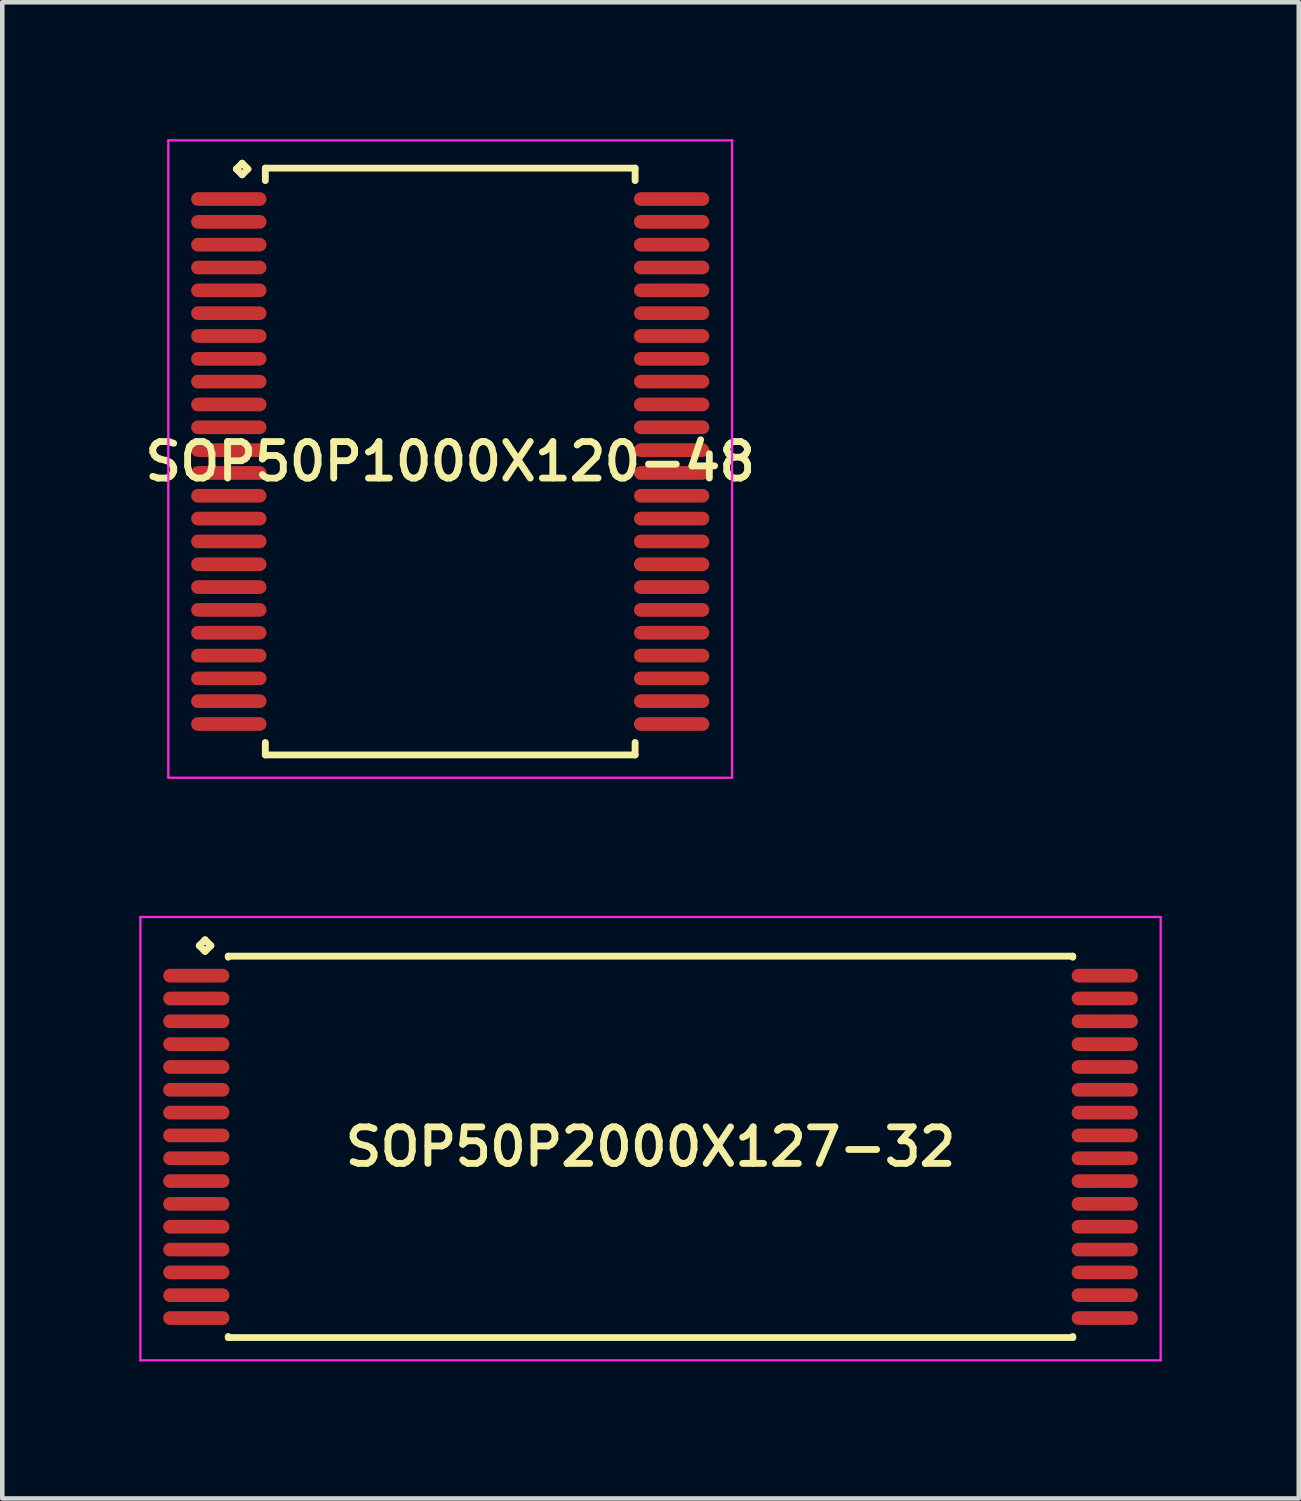
<source format=kicad_pcb>
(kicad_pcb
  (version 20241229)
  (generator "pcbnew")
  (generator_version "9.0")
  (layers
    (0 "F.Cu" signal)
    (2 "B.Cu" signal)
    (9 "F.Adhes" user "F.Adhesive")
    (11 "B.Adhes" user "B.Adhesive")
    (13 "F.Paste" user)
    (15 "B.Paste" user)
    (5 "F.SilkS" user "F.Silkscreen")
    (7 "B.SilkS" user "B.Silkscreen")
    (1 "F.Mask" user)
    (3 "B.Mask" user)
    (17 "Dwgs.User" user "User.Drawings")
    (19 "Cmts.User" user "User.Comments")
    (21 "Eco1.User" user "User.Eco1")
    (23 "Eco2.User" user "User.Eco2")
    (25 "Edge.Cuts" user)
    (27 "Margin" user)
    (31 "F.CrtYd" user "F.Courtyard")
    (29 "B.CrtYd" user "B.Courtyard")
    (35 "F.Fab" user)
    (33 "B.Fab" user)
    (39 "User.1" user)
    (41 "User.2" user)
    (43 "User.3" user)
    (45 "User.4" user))
  (footprint "SOP50P2000X127-32"
    (layer "F.Cu")
    (at 11.2 22.072)
    (property "Reference" "SOP50P2000X127-32" (at 0 0 0) (layer "F.SilkS") (effects (font (size 0.8 0.8) (thickness 0.15))))
    (attr smd)
    (fp_line (start -9.885 -4.408) (end -9.758 -4.535) (stroke (width 0.15) (type solid)) (layer "F.SilkS"))
    (fp_line (start -9.758 -4.535) (end -9.631 -4.408) (stroke (width 0.15) (type solid)) (layer "F.SilkS"))
    (fp_line (start -9.758 -4.281) (end -9.885 -4.408) (stroke (width 0.15) (type solid)) (layer "F.SilkS"))
    (fp_line (start -9.631 -4.408) (end -9.758 -4.281) (stroke (width 0.15) (type solid)) (layer "F.SilkS"))
    (fp_line (start -9.25 -4.177) (end 9.25 -4.177) (stroke (width 0.15) (type solid)) (layer "F.SilkS"))
    (fp_line (start -9.25 -4.154) (end -9.25 -4.177) (stroke (width 0.15) (type solid)) (layer "F.SilkS"))
    (fp_line (start -9.25 4.154) (end -9.25 4.177) (stroke (width 0.15) (type solid)) (layer "F.SilkS"))
    (fp_line (start -9.25 4.177) (end 9.25 4.177) (stroke (width 0.15) (type solid)) (layer "F.SilkS"))
    (fp_line (start 9.25 -4.177) (end 9.25 -4.154) (stroke (width 0.15) (type solid)) (layer "F.SilkS"))
    (fp_line (start 9.25 4.177) (end 9.25 4.154) (stroke (width 0.15) (type solid)) (layer "F.SilkS"))
    (fp_line (start -11.175 -5.035) (end 11.175 -5.035) (stroke (width 0.05) (type solid)) (layer "F.CrtYd"))
    (fp_line (start -11.175 4.677) (end -11.175 -5.035) (stroke (width 0.05) (type solid)) (layer "F.CrtYd"))
    (fp_line (start 11.175 -5.035) (end 11.175 4.677) (stroke (width 0.05) (type solid)) (layer "F.CrtYd"))
    (fp_line (start 11.175 4.677) (end -11.175 4.677) (stroke (width 0.05) (type solid)) (layer "F.CrtYd"))
    (pad "1" smd oval (at -9.95 -3.75) (size 1.45 0.3) (layers "F.Cu" "F.Mask" "F.Paste"))
    (pad "2" smd oval (at -9.95 -3.25) (size 1.45 0.3) (layers "F.Cu" "F.Mask" "F.Paste"))
    (pad "3" smd oval (at -9.95 -2.75) (size 1.45 0.3) (layers "F.Cu" "F.Mask" "F.Paste"))
    (pad "4" smd oval (at -9.95 -2.25) (size 1.45 0.3) (layers "F.Cu" "F.Mask" "F.Paste"))
    (pad "5" smd oval (at -9.95 -1.75) (size 1.45 0.3) (layers "F.Cu" "F.Mask" "F.Paste"))
    (pad "6" smd oval (at -9.95 -1.25) (size 1.45 0.3) (layers "F.Cu" "F.Mask" "F.Paste"))
    (pad "7" smd oval (at -9.95 -0.75) (size 1.45 0.3) (layers "F.Cu" "F.Mask" "F.Paste"))
    (pad "8" smd oval (at -9.95 -0.25) (size 1.45 0.3) (layers "F.Cu" "F.Mask" "F.Paste"))
    (pad "9" smd oval (at -9.95 0.25) (size 1.45 0.3) (layers "F.Cu" "F.Mask" "F.Paste"))
    (pad "10" smd oval (at -9.95 0.75) (size 1.45 0.3) (layers "F.Cu" "F.Mask" "F.Paste"))
    (pad "11" smd oval (at -9.95 1.25) (size 1.45 0.3) (layers "F.Cu" "F.Mask" "F.Paste"))
    (pad "12" smd oval (at -9.95 1.75) (size 1.45 0.3) (layers "F.Cu" "F.Mask" "F.Paste"))
    (pad "13" smd oval (at -9.95 2.25) (size 1.45 0.3) (layers "F.Cu" "F.Mask" "F.Paste"))
    (pad "14" smd oval (at -9.95 2.75) (size 1.45 0.3) (layers "F.Cu" "F.Mask" "F.Paste"))
    (pad "15" smd oval (at -9.95 3.25) (size 1.45 0.3) (layers "F.Cu" "F.Mask" "F.Paste"))
    (pad "16" smd oval (at -9.95 3.75) (size 1.45 0.3) (layers "F.Cu" "F.Mask" "F.Paste"))
    (pad "17" smd oval (at 9.95 3.75) (size 1.45 0.3) (layers "F.Cu" "F.Mask" "F.Paste"))
    (pad "18" smd oval (at 9.95 3.25) (size 1.45 0.3) (layers "F.Cu" "F.Mask" "F.Paste"))
    (pad "19" smd oval (at 9.95 2.75) (size 1.45 0.3) (layers "F.Cu" "F.Mask" "F.Paste"))
    (pad "20" smd oval (at 9.95 2.25) (size 1.45 0.3) (layers "F.Cu" "F.Mask" "F.Paste"))
    (pad "21" smd oval (at 9.95 1.75) (size 1.45 0.3) (layers "F.Cu" "F.Mask" "F.Paste"))
    (pad "22" smd oval (at 9.95 1.25) (size 1.45 0.3) (layers "F.Cu" "F.Mask" "F.Paste"))
    (pad "23" smd oval (at 9.95 0.75) (size 1.45 0.3) (layers "F.Cu" "F.Mask" "F.Paste"))
    (pad "24" smd oval (at 9.95 0.25) (size 1.45 0.3) (layers "F.Cu" "F.Mask" "F.Paste"))
    (pad "25" smd oval (at 9.95 -0.25) (size 1.45 0.3) (layers "F.Cu" "F.Mask" "F.Paste"))
    (pad "26" smd oval (at 9.95 -0.75) (size 1.45 0.3) (layers "F.Cu" "F.Mask" "F.Paste"))
    (pad "27" smd oval (at 9.95 -1.25) (size 1.45 0.3) (layers "F.Cu" "F.Mask" "F.Paste"))
    (pad "28" smd oval (at 9.95 -1.75) (size 1.45 0.3) (layers "F.Cu" "F.Mask" "F.Paste"))
    (pad "29" smd oval (at 9.95 -2.25) (size 1.45 0.3) (layers "F.Cu" "F.Mask" "F.Paste"))
    (pad "30" smd oval (at 9.95 -2.75) (size 1.45 0.3) (layers "F.Cu" "F.Mask" "F.Paste"))
    (pad "31" smd oval (at 9.95 -3.25) (size 1.45 0.3) (layers "F.Cu" "F.Mask" "F.Paste"))
    (pad "32" smd oval (at 9.95 -3.75) (size 1.45 0.3) (layers "F.Cu" "F.Mask" "F.Paste")))
  (footprint "SOP50P1000X120-48"
    (layer "F.Cu")
    (at 6.812 7.06)
    (property "Reference" "SOP50P1000X120-48" (at 0 0 0) (layer "F.SilkS") (effects (font (size 0.8 0.8) (thickness 0.15))))
    (attr smd)
    (fp_line (start -4.685 -6.408) (end -4.558 -6.535) (stroke (width 0.15) (type solid)) (layer "F.SilkS"))
    (fp_line (start -4.558 -6.535) (end -4.431 -6.408) (stroke (width 0.15) (type solid)) (layer "F.SilkS"))
    (fp_line (start -4.558 -6.281) (end -4.685 -6.408) (stroke (width 0.15) (type solid)) (layer "F.SilkS"))
    (fp_line (start -4.431 -6.408) (end -4.558 -6.281) (stroke (width 0.15) (type solid)) (layer "F.SilkS"))
    (fp_line (start -4.05 -6.427) (end 4.05 -6.427) (stroke (width 0.15) (type solid)) (layer "F.SilkS"))
    (fp_line (start -4.05 -6.154) (end -4.05 -6.427) (stroke (width 0.15) (type solid)) (layer "F.SilkS"))
    (fp_line (start -4.05 6.154) (end -4.05 6.427) (stroke (width 0.15) (type solid)) (layer "F.SilkS"))
    (fp_line (start -4.05 6.427) (end 4.05 6.427) (stroke (width 0.15) (type solid)) (layer "F.SilkS"))
    (fp_line (start 4.05 -6.427) (end 4.05 -6.154) (stroke (width 0.15) (type solid)) (layer "F.SilkS"))
    (fp_line (start 4.05 6.427) (end 4.05 6.154) (stroke (width 0.15) (type solid)) (layer "F.SilkS"))
    (fp_line (start -6.175 -7.035) (end 6.175 -7.035) (stroke (width 0.05) (type solid)) (layer "F.CrtYd"))
    (fp_line (start -6.175 6.927) (end -6.175 -7.035) (stroke (width 0.05) (type solid)) (layer "F.CrtYd"))
    (fp_line (start 6.175 -7.035) (end 6.175 6.927) (stroke (width 0.05) (type solid)) (layer "F.CrtYd"))
    (fp_line (start 6.175 6.927) (end -6.175 6.927) (stroke (width 0.05) (type solid)) (layer "F.CrtYd"))
    (pad "1" smd oval (at -4.85 -5.75) (size 1.65 0.3) (layers "F.Cu" "F.Mask" "F.Paste"))
    (pad "2" smd oval (at -4.85 -5.25) (size 1.65 0.3) (layers "F.Cu" "F.Mask" "F.Paste"))
    (pad "3" smd oval (at -4.85 -4.75) (size 1.65 0.3) (layers "F.Cu" "F.Mask" "F.Paste"))
    (pad "4" smd oval (at -4.85 -4.25) (size 1.65 0.3) (layers "F.Cu" "F.Mask" "F.Paste"))
    (pad "5" smd oval (at -4.85 -3.75) (size 1.65 0.3) (layers "F.Cu" "F.Mask" "F.Paste"))
    (pad "6" smd oval (at -4.85 -3.25) (size 1.65 0.3) (layers "F.Cu" "F.Mask" "F.Paste"))
    (pad "7" smd oval (at -4.85 -2.75) (size 1.65 0.3) (layers "F.Cu" "F.Mask" "F.Paste"))
    (pad "8" smd oval (at -4.85 -2.25) (size 1.65 0.3) (layers "F.Cu" "F.Mask" "F.Paste"))
    (pad "9" smd oval (at -4.85 -1.75) (size 1.65 0.3) (layers "F.Cu" "F.Mask" "F.Paste"))
    (pad "10" smd oval (at -4.85 -1.25) (size 1.65 0.3) (layers "F.Cu" "F.Mask" "F.Paste"))
    (pad "11" smd oval (at -4.85 -0.75) (size 1.65 0.3) (layers "F.Cu" "F.Mask" "F.Paste"))
    (pad "12" smd oval (at -4.85 -0.25) (size 1.65 0.3) (layers "F.Cu" "F.Mask" "F.Paste"))
    (pad "13" smd oval (at -4.85 0.25) (size 1.65 0.3) (layers "F.Cu" "F.Mask" "F.Paste"))
    (pad "14" smd oval (at -4.85 0.75) (size 1.65 0.3) (layers "F.Cu" "F.Mask" "F.Paste"))
    (pad "15" smd oval (at -4.85 1.25) (size 1.65 0.3) (layers "F.Cu" "F.Mask" "F.Paste"))
    (pad "16" smd oval (at -4.85 1.75) (size 1.65 0.3) (layers "F.Cu" "F.Mask" "F.Paste"))
    (pad "17" smd oval (at -4.85 2.25) (size 1.65 0.3) (layers "F.Cu" "F.Mask" "F.Paste"))
    (pad "18" smd oval (at -4.85 2.75) (size 1.65 0.3) (layers "F.Cu" "F.Mask" "F.Paste"))
    (pad "19" smd oval (at -4.85 3.25) (size 1.65 0.3) (layers "F.Cu" "F.Mask" "F.Paste"))
    (pad "20" smd oval (at -4.85 3.75) (size 1.65 0.3) (layers "F.Cu" "F.Mask" "F.Paste"))
    (pad "21" smd oval (at -4.85 4.25) (size 1.65 0.3) (layers "F.Cu" "F.Mask" "F.Paste"))
    (pad "22" smd oval (at -4.85 4.75) (size 1.65 0.3) (layers "F.Cu" "F.Mask" "F.Paste"))
    (pad "23" smd oval (at -4.85 5.25) (size 1.65 0.3) (layers "F.Cu" "F.Mask" "F.Paste"))
    (pad "24" smd oval (at -4.85 5.75) (size 1.65 0.3) (layers "F.Cu" "F.Mask" "F.Paste"))
    (pad "25" smd oval (at 4.85 5.75) (size 1.65 0.3) (layers "F.Cu" "F.Mask" "F.Paste"))
    (pad "26" smd oval (at 4.85 5.25) (size 1.65 0.3) (layers "F.Cu" "F.Mask" "F.Paste"))
    (pad "27" smd oval (at 4.85 4.75) (size 1.65 0.3) (layers "F.Cu" "F.Mask" "F.Paste"))
    (pad "28" smd oval (at 4.85 4.25) (size 1.65 0.3) (layers "F.Cu" "F.Mask" "F.Paste"))
    (pad "29" smd oval (at 4.85 3.75) (size 1.65 0.3) (layers "F.Cu" "F.Mask" "F.Paste"))
    (pad "30" smd oval (at 4.85 3.25) (size 1.65 0.3) (layers "F.Cu" "F.Mask" "F.Paste"))
    (pad "31" smd oval (at 4.85 2.75) (size 1.65 0.3) (layers "F.Cu" "F.Mask" "F.Paste"))
    (pad "32" smd oval (at 4.85 2.25) (size 1.65 0.3) (layers "F.Cu" "F.Mask" "F.Paste"))
    (pad "33" smd oval (at 4.85 1.75) (size 1.65 0.3) (layers "F.Cu" "F.Mask" "F.Paste"))
    (pad "34" smd oval (at 4.85 1.25) (size 1.65 0.3) (layers "F.Cu" "F.Mask" "F.Paste"))
    (pad "35" smd oval (at 4.85 0.75) (size 1.65 0.3) (layers "F.Cu" "F.Mask" "F.Paste"))
    (pad "36" smd oval (at 4.85 0.25) (size 1.65 0.3) (layers "F.Cu" "F.Mask" "F.Paste"))
    (pad "37" smd oval (at 4.85 -0.25) (size 1.65 0.3) (layers "F.Cu" "F.Mask" "F.Paste"))
    (pad "38" smd oval (at 4.85 -0.75) (size 1.65 0.3) (layers "F.Cu" "F.Mask" "F.Paste"))
    (pad "39" smd oval (at 4.85 -1.25) (size 1.65 0.3) (layers "F.Cu" "F.Mask" "F.Paste"))
    (pad "40" smd oval (at 4.85 -1.75) (size 1.65 0.3) (layers "F.Cu" "F.Mask" "F.Paste"))
    (pad "41" smd oval (at 4.85 -2.25) (size 1.65 0.3) (layers "F.Cu" "F.Mask" "F.Paste"))
    (pad "42" smd oval (at 4.85 -2.75) (size 1.65 0.3) (layers "F.Cu" "F.Mask" "F.Paste"))
    (pad "43" smd oval (at 4.85 -3.25) (size 1.65 0.3) (layers "F.Cu" "F.Mask" "F.Paste"))
    (pad "44" smd oval (at 4.85 -3.75) (size 1.65 0.3) (layers "F.Cu" "F.Mask" "F.Paste"))
    (pad "45" smd oval (at 4.85 -4.25) (size 1.65 0.3) (layers "F.Cu" "F.Mask" "F.Paste"))
    (pad "46" smd oval (at 4.85 -4.75) (size 1.65 0.3) (layers "F.Cu" "F.Mask" "F.Paste"))
    (pad "47" smd oval (at 4.85 -5.25) (size 1.65 0.3) (layers "F.Cu" "F.Mask" "F.Paste"))
    (pad "48" smd oval (at 4.85 -5.75) (size 1.65 0.3) (layers "F.Cu" "F.Mask" "F.Paste")))
  (gr_rect
    (start -3 -3)
    (end 25.4 29.774)
    (stroke (width 0.1) (type default))
    (fill no)
    (layer "Edge.Cuts")))
</source>
